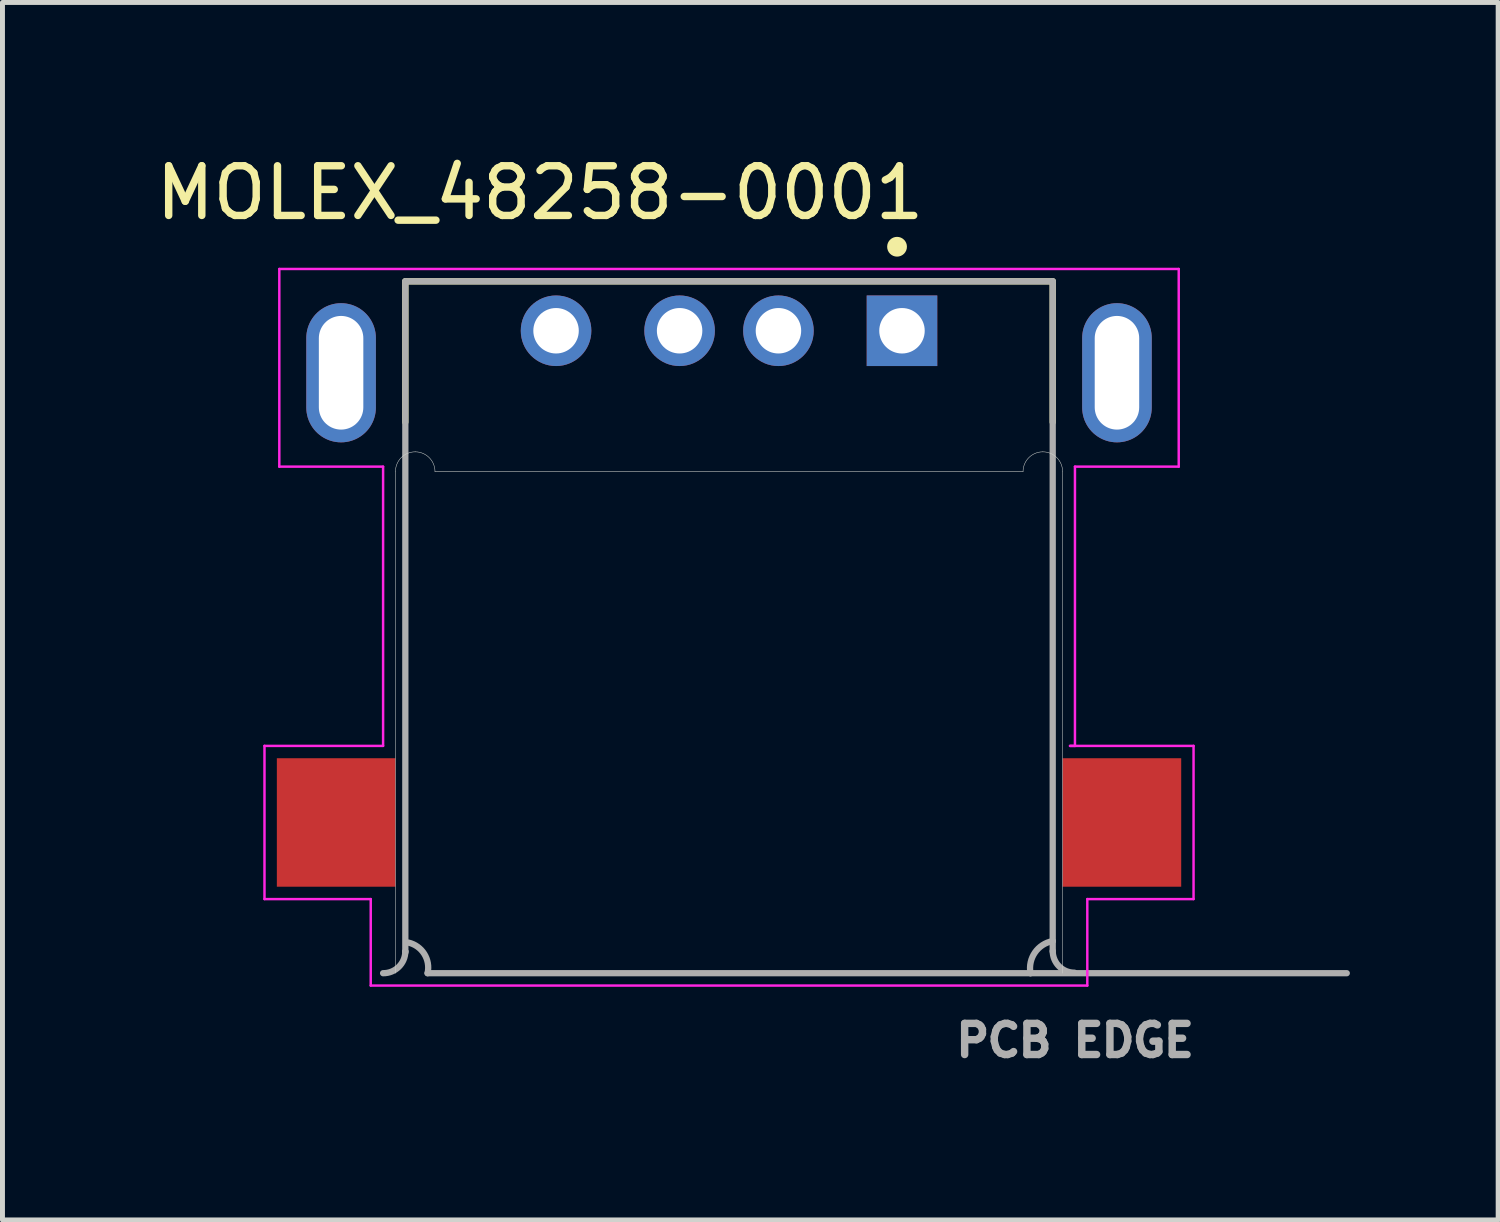
<source format=kicad_pcb>
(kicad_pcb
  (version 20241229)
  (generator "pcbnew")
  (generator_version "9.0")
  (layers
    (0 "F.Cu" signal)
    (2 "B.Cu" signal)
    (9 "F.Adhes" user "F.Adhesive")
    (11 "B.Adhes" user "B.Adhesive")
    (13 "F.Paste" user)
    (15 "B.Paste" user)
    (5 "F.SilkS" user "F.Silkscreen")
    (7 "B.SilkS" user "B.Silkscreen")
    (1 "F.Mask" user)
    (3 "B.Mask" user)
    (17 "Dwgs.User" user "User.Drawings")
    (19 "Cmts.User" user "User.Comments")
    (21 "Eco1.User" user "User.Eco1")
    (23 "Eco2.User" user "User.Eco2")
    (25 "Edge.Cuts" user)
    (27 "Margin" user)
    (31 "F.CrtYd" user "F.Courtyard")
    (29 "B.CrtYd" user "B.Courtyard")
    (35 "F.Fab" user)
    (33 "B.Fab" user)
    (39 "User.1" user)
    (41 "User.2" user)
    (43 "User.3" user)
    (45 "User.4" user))
  (footprint "MOLEX_48258-0001"
    (layer "F.Cu")
    (at 15.202 3.643)
    (property "Reference" "MOLEX_48258-0001" (at -7.325 -2.791 0) (layer "F.SilkS") (effects (font (size 1.005 1.005) (thickness 0.15))))
    (attr through_hole)
    (fp_poly (pts (xy -10.35 2.85) (xy -10.349 2.824) (xy -10.347 2.798) (xy -10.344 2.772) (xy -10.339 2.746) (xy -10.333 2.721) (xy -10.326 2.695) (xy -10.317 2.671) (xy -10.307 2.647) (xy -10.296 2.623) (xy -10.283 2.6) (xy -10.269 2.578) (xy -10.255 2.556) (xy -10.239 2.535) (xy -10.222 2.515) (xy -10.204 2.496) (xy -10.185 2.478) (xy -10.165 2.461) (xy -10.144 2.445) (xy -10.122 2.431) (xy -10.1 2.417) (xy -10.077 2.404) (xy -10.053 2.393) (xy -10.029 2.383) (xy -10.005 2.374) (xy -9.979 2.367) (xy -9.954 2.361) (xy -9.928 2.356) (xy -9.902 2.353) (xy -9.876 2.351) (xy -9.85 2.35) (xy -9.824 2.35) (xy -9.801 2.351) (xy -9.778 2.354) (xy -9.755 2.357) (xy -9.732 2.361) (xy -9.709 2.367) (xy -9.687 2.373) (xy -9.665 2.381) (xy -9.644 2.389) (xy -9.623 2.399) (xy -9.602 2.41) (xy -9.582 2.421) (xy -9.562 2.433) (xy -9.543 2.447) (xy -9.525 2.461) (xy -9.507 2.476) (xy -9.49 2.492) (xy -9.474 2.508) (xy -9.459 2.526) (xy -9.444 2.544) (xy -9.43 2.562) (xy -9.418 2.582) (xy -9.406 2.601) (xy -9.395 2.622) (xy -9.385 2.643) (xy -9.375 2.664) (xy -9.367 2.686) (xy -9.36 2.708) (xy -9.354 2.73) (xy -9.35 2.75) (xy 2.35 2.75) (xy 2.354 2.73) (xy 2.36 2.708) (xy 2.367 2.686) (xy 2.375 2.664) (xy 2.385 2.643) (xy 2.395 2.622) (xy 2.406 2.601) (xy 2.418 2.582) (xy 2.43 2.562) (xy 2.444 2.544) (xy 2.459 2.526) (xy 2.474 2.508) (xy 2.49 2.492) (xy 2.507 2.476) (xy 2.525 2.461) (xy 2.543 2.447) (xy 2.562 2.433) (xy 2.582 2.421) (xy 2.602 2.41) (xy 2.623 2.399) (xy 2.644 2.389) (xy 2.665 2.381) (xy 2.687 2.373) (xy 2.709 2.367) (xy 2.732 2.361) (xy 2.755 2.357) (xy 2.778 2.354) (xy 2.801 2.351) (xy 2.824 2.35) (xy 2.85 2.35) (xy 2.876 2.351) (xy 2.902 2.353) (xy 2.928 2.356) (xy 2.954 2.361) (xy 2.979 2.367) (xy 3.005 2.374) (xy 3.029 2.383) (xy 3.053 2.393) (xy 3.077 2.404) (xy 3.1 2.417) (xy 3.122 2.431) (xy 3.144 2.445) (xy 3.165 2.461) (xy 3.185 2.478) (xy 3.204 2.496) (xy 3.222 2.515) (xy 3.239 2.535) (xy 3.255 2.556) (xy 3.269 2.578) (xy 3.283 2.6) (xy 3.296 2.623) (xy 3.307 2.647) (xy 3.317 2.671) (xy 3.326 2.695) (xy 3.333 2.721) (xy 3.339 2.746) (xy 3.344 2.772) (xy 3.347 2.798) (xy 3.349 2.824) (xy 3.35 2.85) (xy 3.35 13.1) (xy -10.35 13.1) (xy -10.35 2.85)) (stroke (width 0.001) (type solid)) (fill yes) (layer "F.Mask"))
    (fp_poly (pts (xy -10.35 2.85) (xy -10.349 2.824) (xy -10.347 2.798) (xy -10.344 2.772) (xy -10.339 2.746) (xy -10.333 2.721) (xy -10.326 2.695) (xy -10.317 2.671) (xy -10.307 2.647) (xy -10.296 2.623) (xy -10.283 2.6) (xy -10.269 2.578) (xy -10.255 2.556) (xy -10.239 2.535) (xy -10.222 2.515) (xy -10.204 2.496) (xy -10.185 2.478) (xy -10.165 2.461) (xy -10.144 2.445) (xy -10.122 2.431) (xy -10.1 2.417) (xy -10.077 2.404) (xy -10.053 2.393) (xy -10.029 2.383) (xy -10.005 2.374) (xy -9.979 2.367) (xy -9.954 2.361) (xy -9.928 2.356) (xy -9.902 2.353) (xy -9.876 2.351) (xy -9.85 2.35) (xy -9.824 2.35) (xy -9.801 2.351) (xy -9.778 2.354) (xy -9.755 2.357) (xy -9.732 2.361) (xy -9.709 2.367) (xy -9.687 2.373) (xy -9.665 2.381) (xy -9.644 2.389) (xy -9.623 2.399) (xy -9.602 2.41) (xy -9.582 2.421) (xy -9.562 2.433) (xy -9.543 2.447) (xy -9.525 2.461) (xy -9.507 2.476) (xy -9.49 2.492) (xy -9.474 2.508) (xy -9.459 2.526) (xy -9.444 2.544) (xy -9.43 2.562) (xy -9.418 2.582) (xy -9.406 2.601) (xy -9.395 2.622) (xy -9.385 2.643) (xy -9.375 2.664) (xy -9.367 2.686) (xy -9.36 2.708) (xy -9.354 2.73) (xy -9.35 2.75) (xy 2.35 2.75) (xy 2.354 2.73) (xy 2.36 2.708) (xy 2.367 2.686) (xy 2.375 2.664) (xy 2.385 2.643) (xy 2.395 2.622) (xy 2.406 2.601) (xy 2.418 2.582) (xy 2.43 2.562) (xy 2.444 2.544) (xy 2.459 2.526) (xy 2.474 2.508) (xy 2.49 2.492) (xy 2.507 2.476) (xy 2.525 2.461) (xy 2.543 2.447) (xy 2.562 2.433) (xy 2.582 2.421) (xy 2.602 2.41) (xy 2.623 2.399) (xy 2.644 2.389) (xy 2.665 2.381) (xy 2.687 2.373) (xy 2.709 2.367) (xy 2.732 2.361) (xy 2.755 2.357) (xy 2.778 2.354) (xy 2.801 2.351) (xy 2.824 2.35) (xy 2.85 2.35) (xy 2.876 2.351) (xy 2.902 2.353) (xy 2.928 2.356) (xy 2.954 2.361) (xy 2.979 2.367) (xy 3.005 2.374) (xy 3.029 2.383) (xy 3.053 2.393) (xy 3.077 2.404) (xy 3.1 2.417) (xy 3.122 2.431) (xy 3.144 2.445) (xy 3.165 2.461) (xy 3.185 2.478) (xy 3.204 2.496) (xy 3.222 2.515) (xy 3.239 2.535) (xy 3.255 2.556) (xy 3.269 2.578) (xy 3.283 2.6) (xy 3.296 2.623) (xy 3.307 2.647) (xy 3.317 2.671) (xy 3.326 2.695) (xy 3.333 2.721) (xy 3.339 2.746) (xy 3.344 2.772) (xy 3.347 2.798) (xy 3.349 2.824) (xy 3.35 2.85) (xy 3.35 13.1) (xy -10.35 13.1) (xy -10.35 2.85)) (stroke (width 0.001) (type solid)) (fill yes) (layer "B.Mask"))
    (fp_line (start -10.05 -1) (end -10.05 1.85) (stroke (width 0.127) (type solid)) (layer "F.SilkS"))
    (fp_line (start -10.05 -1) (end 3.05 -1) (stroke (width 0.127) (type solid)) (layer "F.SilkS"))
    (fp_line (start 3.05 -1) (end 3.05 1.85) (stroke (width 0.127) (type solid)) (layer "F.SilkS"))
    (fp_circle (center -0.1 -1.7) (end 0 -1.7) (stroke (width 0.2) (type solid)) (fill no) (layer "F.SilkS"))
    (fp_line (start -10.25 2.85) (end -10.25 13) (stroke (width 0.01) (type solid)) (layer "Edge.Cuts"))
    (fp_line (start -9.45 2.85) (end 2.45 2.85) (stroke (width 0.01) (type solid)) (layer "Edge.Cuts"))
    (fp_line (start 3.25 2.85) (end 3.25 13) (stroke (width 0.01) (type solid)) (layer "Edge.Cuts"))
    (fp_arc (start -10.25 2.85) (mid -10.132843 2.567157) (end -9.85 2.45) (stroke (width 0.01) (type solid)) (layer "Edge.Cuts"))
    (fp_arc (start -9.85 2.45) (mid -9.567157 2.567157) (end -9.45 2.85) (stroke (width 0.01) (type solid)) (layer "Edge.Cuts"))
    (fp_arc (start 2.45 2.85) (mid 2.567157 2.567157) (end 2.85 2.45) (stroke (width 0.01) (type solid)) (layer "Edge.Cuts"))
    (fp_arc (start 2.85 2.45) (mid 3.132843 2.567157) (end 3.25 2.85) (stroke (width 0.01) (type solid)) (layer "Edge.Cuts"))
    (fp_line (start -12.9 8.4) (end -10.5 8.4) (stroke (width 0.05) (type solid)) (layer "F.CrtYd"))
    (fp_line (start -12.9 11.5) (end -12.9 8.4) (stroke (width 0.05) (type solid)) (layer "F.CrtYd"))
    (fp_line (start -12.6 -1.25) (end -12.6 2.75) (stroke (width 0.05) (type solid)) (layer "F.CrtYd"))
    (fp_line (start -12.6 -1.25) (end 5.6 -1.25) (stroke (width 0.05) (type solid)) (layer "F.CrtYd"))
    (fp_line (start -12.6 2.75) (end -10.5 2.75) (stroke (width 0.05) (type solid)) (layer "F.CrtYd"))
    (fp_line (start -10.75 11.5) (end -12.9 11.5) (stroke (width 0.05) (type solid)) (layer "F.CrtYd"))
    (fp_line (start -10.75 13.25) (end -10.75 11.5) (stroke (width 0.05) (type solid)) (layer "F.CrtYd"))
    (fp_line (start -10.5 2.75) (end -10.5 8.4) (stroke (width 0.05) (type solid)) (layer "F.CrtYd"))
    (fp_line (start 3.4 8.4) (end 5.9 8.4) (stroke (width 0.05) (type solid)) (layer "F.CrtYd"))
    (fp_line (start 3.5 2.75) (end 3.5 8.401) (stroke (width 0.05) (type solid)) (layer "F.CrtYd"))
    (fp_line (start 3.5 8.401) (end 3.401 8.401) (stroke (width 0.05) (type solid)) (layer "F.CrtYd"))
    (fp_line (start 3.75 11.5) (end 3.75 13.25) (stroke (width 0.05) (type solid)) (layer "F.CrtYd"))
    (fp_line (start 3.75 13.25) (end -10.75 13.25) (stroke (width 0.05) (type solid)) (layer "F.CrtYd"))
    (fp_line (start 5.6 -1.25) (end 5.6 2.75) (stroke (width 0.05) (type solid)) (layer "F.CrtYd"))
    (fp_line (start 5.6 2.75) (end 3.5 2.75) (stroke (width 0.05) (type solid)) (layer "F.CrtYd"))
    (fp_line (start 5.9 8.4) (end 5.9 11.5) (stroke (width 0.05) (type solid)) (layer "F.CrtYd"))
    (fp_line (start 5.9 11.5) (end 3.75 11.5) (stroke (width 0.05) (type solid)) (layer "F.CrtYd"))
    (fp_line (start -10.05 -1) (end 3.05 -1) (stroke (width 0.127) (type solid)) (layer "F.Fab"))
    (fp_line (start -10.05 12.56) (end -10.05 -1) (stroke (width 0.127) (type solid)) (layer "F.Fab"))
    (fp_line (start -10.05 12.58) (end -10.05 12.56) (stroke (width 0.127) (type solid)) (layer "F.Fab"))
    (fp_line (start -9.6 13) (end 2.6 13) (stroke (width 0.127) (type solid)) (layer "F.Fab"))
    (fp_line (start 2.6 13) (end 9 13) (stroke (width 0.127) (type solid)) (layer "F.Fab"))
    (fp_line (start 3.05 -1) (end 3.05 12.35) (stroke (width 0.127) (type solid)) (layer "F.Fab"))
    (fp_line (start 3.05 12.35) (end 3.05 12.56) (stroke (width 0.127) (type solid)) (layer "F.Fab"))
    (fp_arc (start -10.05 12.56) (mid -10.183873 12.873198) (end -10.5 13) (stroke (width 0.127) (type solid)) (layer "F.Fab"))
    (fp_arc (start -9.99 12.38) (mid -9.666594 12.609228) (end -9.6 13) (stroke (width 0.127) (type solid)) (layer "F.Fab"))
    (fp_arc (start 2.6 13) (mid 2.690381 12.581802) (end 3.05 12.35) (stroke (width 0.127) (type solid)) (layer "F.Fab"))
    (fp_arc (start 3.49 12.99) (mid 3.178873 12.861127) (end 3.05 12.55) (stroke (width 0.127) (type solid)) (layer "F.Fab"))
    (fp_text user "PCB EDGE" (at 3.503 14.362 0) (layer "F.Fab") (effects (font (size 0.63 0.63) (thickness 0.15))))
    (pad "1" thru_hole rect (at 0 0) (size 1.428 1.428) (drill 0.92) (layers "*.Cu" "*.Mask"))
    (pad "2" thru_hole circle (at -2.5 0) (size 1.428 1.428) (drill 0.92) (layers "*.Cu" "*.Mask"))
    (pad "3" thru_hole circle (at -4.5 0) (size 1.428 1.428) (drill 0.92) (layers "*.Cu" "*.Mask"))
    (pad "4" thru_hole circle (at -7 0) (size 1.428 1.428) (drill 0.92) (layers "*.Cu" "*.Mask"))
    (pad "SH1" smd rect (at -11.45 9.95) (size 2.4 2.6) (layers "F.Cu" "F.Mask" "F.Paste"))
    (pad "SH2" smd rect (at 4.45 9.95) (size 2.4 2.6) (layers "F.Cu" "F.Mask" "F.Paste"))
    (pad "SH3" thru_hole oval (at -11.35 0.85) (size 1.408 2.816) (drill oval 0.9 2.3) (layers "*.Cu" "*.Mask"))
    (pad "SH4" thru_hole oval (at 4.35 0.85) (size 1.408 2.816) (drill oval 0.9 2.3) (layers "*.Cu" "*.Mask")))
  (gr_rect
    (start -3 -3)
    (end 27.266 21.636)
    (stroke (width 0.1) (type default))
    (fill no)
    (layer "Edge.Cuts")))
</source>
